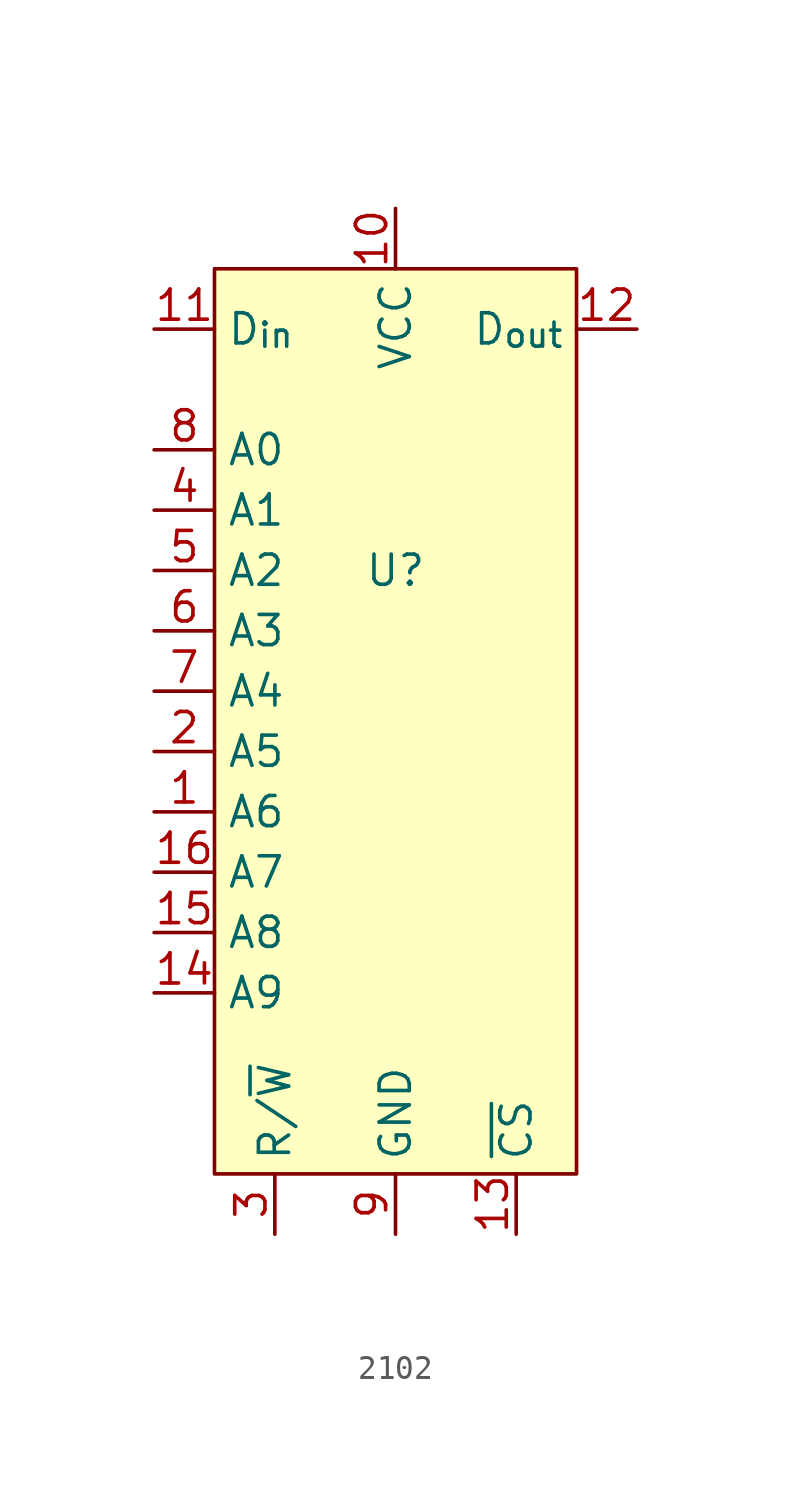
<source format=kicad_sym>
(kicad_symbol_lib
  (version 20231120)
  (generator "kicad_symbol_editor")
  (generator_version "8.0")
  (symbol "2102"
    (property "Reference" "U"
      (at 0 0 0)
      (effects (font (size 1.27 1.27))))
    (property "Value" ""
      (at 0 0 0)
      (effects (font (size 1.27 1.27))))
    (symbol "2102_1_1"
      (rectangle (start -7.62 12.7) (end 7.62 -25.4) (stroke (width 0) (type default)) (fill (type background)))
      (pin input line (at -10.16 -10.16 0) (length 2.54) (name "A6" (effects (font (size 1.27 1.27)))) (number "1" (effects (font (size 1.27 1.27)))))
      (pin power_in line (at 0 15.24 270) (length 2.54) (name "VCC" (effects (font (size 1.27 1.27)))) (number "10" (effects (font (size 1.27 1.27)))))
      (pin input line (at -10.16 10.16 0) (length 2.54) (name "D_{in}" (effects (font (size 1.27 1.27)))) (number "11" (effects (font (size 1.27 1.27)))))
      (pin output line (at 10.16 10.16 180) (length 2.54) (name "D_{out}" (effects (font (size 1.27 1.27)))) (number "12" (effects (font (size 1.27 1.27)))))
      (pin input line (at 5.08 -27.94 90) (length 2.54) (name "~{CS}" (effects (font (size 1.27 1.27)))) (number "13" (effects (font (size 1.27 1.27)))))
      (pin input line (at -10.16 -17.78 0) (length 2.54) (name "A9" (effects (font (size 1.27 1.27)))) (number "14" (effects (font (size 1.27 1.27)))))
      (pin input line (at -10.16 -15.24 0) (length 2.54) (name "A8" (effects (font (size 1.27 1.27)))) (number "15" (effects (font (size 1.27 1.27)))))
      (pin input line (at -10.16 -12.7 0) (length 2.54) (name "A7" (effects (font (size 1.27 1.27)))) (number "16" (effects (font (size 1.27 1.27)))))
      (pin input line (at -10.16 -7.62 0) (length 2.54) (name "A5" (effects (font (size 1.27 1.27)))) (number "2" (effects (font (size 1.27 1.27)))))
      (pin input line (at -5.08 -27.94 90) (length 2.54) (name "R/~{W}" (effects (font (size 1.27 1.27)))) (number "3" (effects (font (size 1.27 1.27)))))
      (pin input line (at -10.16 2.54 0) (length 2.54) (name "A1" (effects (font (size 1.27 1.27)))) (number "4" (effects (font (size 1.27 1.27)))))
      (pin input line (at -10.16 0 0) (length 2.54) (name "A2" (effects (font (size 1.27 1.27)))) (number "5" (effects (font (size 1.27 1.27)))))
      (pin input line (at -10.16 -2.54 0) (length 2.54) (name "A3" (effects (font (size 1.27 1.27)))) (number "6" (effects (font (size 1.27 1.27)))))
      (pin input line (at -10.16 -5.08 0) (length 2.54) (name "A4" (effects (font (size 1.27 1.27)))) (number "7" (effects (font (size 1.27 1.27)))))
      (pin input line (at -10.16 5.08 0) (length 2.54) (name "A0" (effects (font (size 1.27 1.27)))) (number "8" (effects (font (size 1.27 1.27)))))
      (pin power_out line (at 0 -27.94 90) (length 2.54) (name "GND" (effects (font (size 1.27 1.27)))) (number "9" (effects (font (size 1.27 1.27))))))))
</source>
